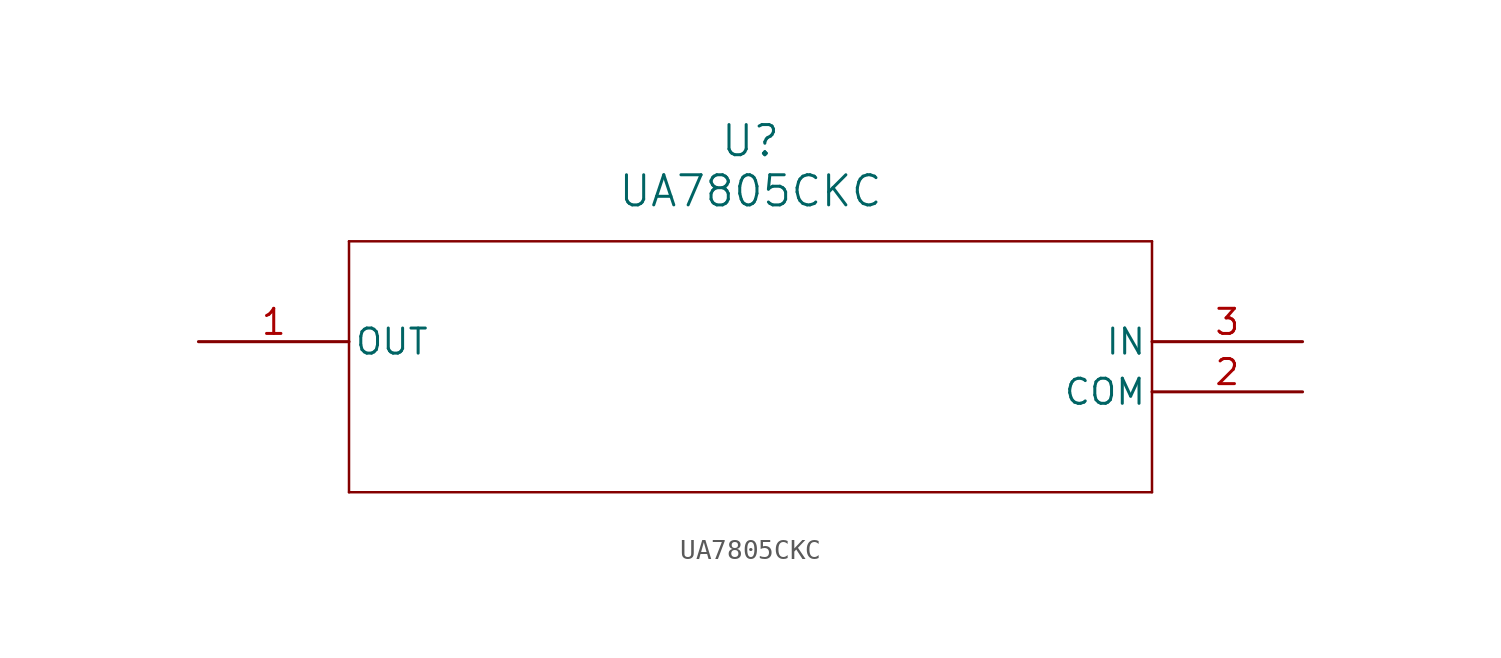
<source format=kicad_sym>
(kicad_symbol_lib
  (version 20211014)
  (generator kicad_symbol_editor)
  (symbol "UA7805CKC"
    (pin_names
      (offset 0.254))
    (property "Reference" "U"
      (at 27.94 10.16 0)
      (effects (font (size 1.524 1.524))))
    (property "Value" "UA7805CKC"
      (at 27.94 7.62 0)
      (effects (font (size 1.524 1.524))))
    (symbol "UA7805CKC_0_1"
      (polyline (pts (xy 7.62 5.08) (xy 7.62 -7.62)) (stroke (width 0.127) (type default) (color 0 0 0 0)) (fill (type none)))
      (polyline (pts (xy 7.62 -7.62) (xy 48.26 -7.62)) (stroke (width 0.127) (type default) (color 0 0 0 0)) (fill (type none)))
      (polyline (pts (xy 48.26 -7.62) (xy 48.26 5.08)) (stroke (width 0.127) (type default) (color 0 0 0 0)) (fill (type none)))
      (polyline (pts (xy 48.26 5.08) (xy 7.62 5.08)) (stroke (width 0.127) (type default) (color 0 0 0 0)) (fill (type none)))
      (pin output line (at 0 0 0) (length 7.62) (name "OUT" (effects (font (size 1.27 1.27)))) (number "1" (effects (font (size 1.27 1.27)))))
      (pin power_in line (at 55.88 -2.54 180) (length 7.62) (name "COM" (effects (font (size 1.27 1.27)))) (number "2" (effects (font (size 1.27 1.27)))))
      (pin input line (at 55.88 0 180) (length 7.62) (name "IN" (effects (font (size 1.27 1.27)))) (number "3" (effects (font (size 1.27 1.27))))))))
</source>
